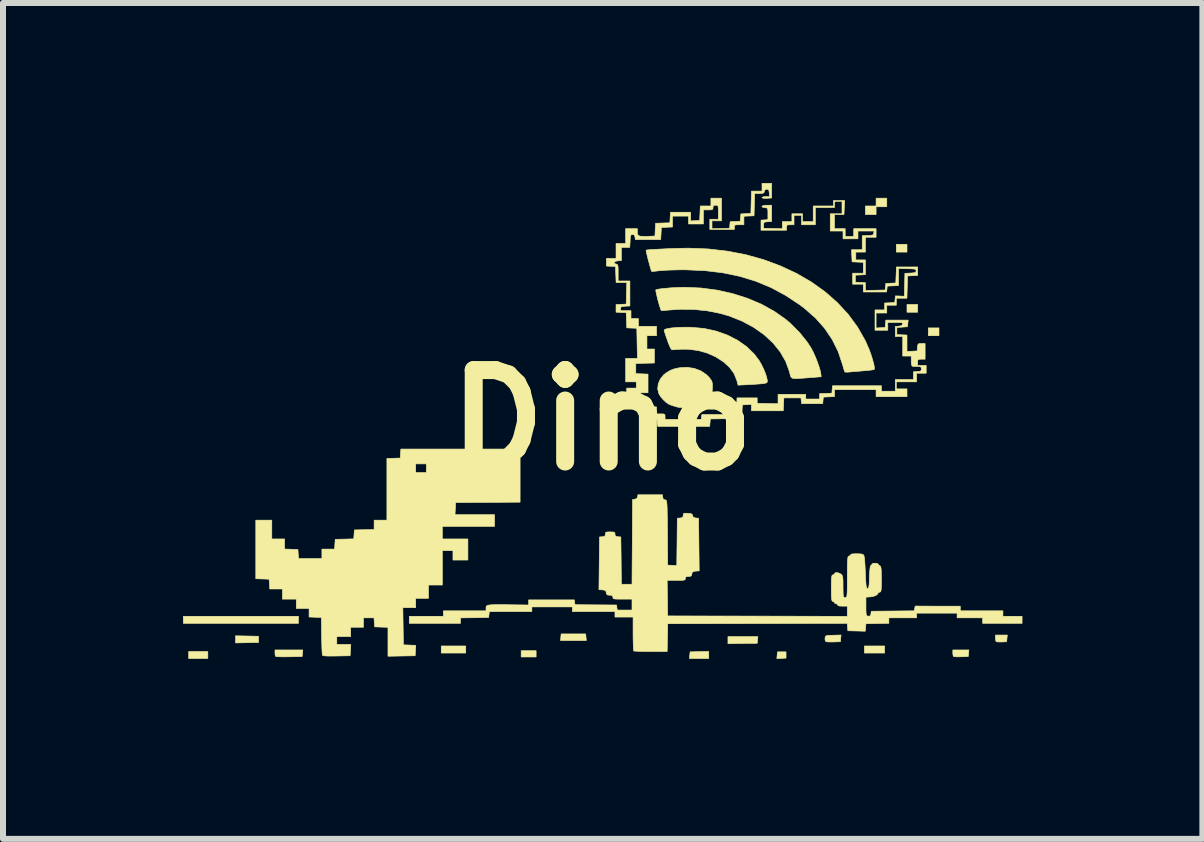
<source format=kicad_pcb>
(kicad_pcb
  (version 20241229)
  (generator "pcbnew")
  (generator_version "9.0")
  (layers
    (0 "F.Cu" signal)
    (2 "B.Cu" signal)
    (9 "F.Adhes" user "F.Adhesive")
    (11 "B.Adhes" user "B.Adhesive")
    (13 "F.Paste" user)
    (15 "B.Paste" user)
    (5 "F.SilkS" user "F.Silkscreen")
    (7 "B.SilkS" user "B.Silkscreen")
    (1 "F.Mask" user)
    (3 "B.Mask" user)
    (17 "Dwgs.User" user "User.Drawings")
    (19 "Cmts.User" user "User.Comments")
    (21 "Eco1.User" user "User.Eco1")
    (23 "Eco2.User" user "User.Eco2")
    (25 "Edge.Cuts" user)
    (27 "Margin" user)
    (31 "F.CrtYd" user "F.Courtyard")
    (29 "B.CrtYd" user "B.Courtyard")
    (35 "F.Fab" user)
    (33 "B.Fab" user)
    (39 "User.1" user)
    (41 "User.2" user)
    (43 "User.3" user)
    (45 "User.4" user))
  (footprint "Dino"
    (layer "F.Cu")
    (at 6.986 3.952)
    (property "Reference" "Dino" (at 0 0 0) (layer "F.SilkS") (effects (font (size 1.524 1.524) (thickness 0.3))))
    (attr through_hole)
    (fp_poly (pts (xy -6.572 3.973) (xy -6.892 3.973) (xy -6.892 3.856) (xy -6.572 3.856) (xy -6.572 3.973)) (stroke (width 0.01) (type solid)) (fill yes) (layer "F.SilkS"))
    (fp_poly (pts (xy -5.728 3.602) (xy -5.728 3.706) (xy -6.11 3.713) (xy -6.11 3.594) (xy -5.728 3.602)) (stroke (width 0.01) (type solid)) (fill yes) (layer "F.SilkS"))
    (fp_poly (pts (xy -5.062 3.387) (xy -6.981 3.387) (xy -6.981 3.269) (xy -5.062 3.269) (xy -5.062 3.387)) (stroke (width 0.01) (type solid)) (fill yes) (layer "F.SilkS"))
    (fp_poly (pts (xy -2.274 3.882) (xy -2.682 3.882) (xy -2.682 3.764) (xy -2.274 3.764) (xy -2.274 3.882)) (stroke (width 0.01) (type solid)) (fill yes) (layer "F.SilkS"))
    (fp_poly (pts (xy -1.101 3.947) (xy -1.35 3.947) (xy -1.35 3.843) (xy -1.101 3.843) (xy -1.101 3.947)) (stroke (width 0.01) (type solid)) (fill yes) (layer "F.SilkS"))
    (fp_poly (pts (xy 4.707 3.882) (xy 4.37 3.882) (xy 4.37 3.764) (xy 4.707 3.764) (xy 4.707 3.882)) (stroke (width 0.01) (type solid)) (fill yes) (layer "F.SilkS"))
    (fp_poly (pts (xy 5.08 -2.801) (xy 4.902 -2.801) (xy 4.902 -2.931) (xy 5.08 -2.931) (xy 5.08 -2.801)) (stroke (width 0.01) (type solid)) (fill yes) (layer "F.SilkS"))
    (fp_poly (pts (xy 5.258 -1.798) (xy 5.08 -1.798) (xy 5.08 -1.928) (xy 5.258 -1.928) (xy 5.258 -1.798)) (stroke (width 0.01) (type solid)) (fill yes) (layer "F.SilkS"))
    (fp_poly (pts (xy 5.613 -1.407) (xy 5.435 -1.407) (xy 5.435 -1.537) (xy 5.613 -1.537) (xy 5.613 -1.407)) (stroke (width 0.01) (type solid)) (fill yes) (layer "F.SilkS"))
    (fp_poly (pts (xy -0.264 3.673) (xy -0.695 3.673) (xy -0.689 3.618) (xy -0.684 3.563) (xy -0.275 3.563) (xy -0.264 3.673)) (stroke (width 0.01) (type solid)) (fill yes) (layer "F.SilkS"))
    (fp_poly (pts (xy 1.776 3.973) (xy 1.454 3.973) (xy 1.465 3.862) (xy 1.621 3.858) (xy 1.776 3.855) (xy 1.776 3.973)) (stroke (width 0.01) (type solid)) (fill yes) (layer "F.SilkS"))
    (fp_poly (pts (xy 2.584 3.719) (xy 2.34 3.722) (xy 2.096 3.726) (xy 2.096 3.608) (xy 2.595 3.608) (xy 2.584 3.719)) (stroke (width 0.01) (type solid)) (fill yes) (layer "F.SilkS"))
    (fp_poly (pts (xy 3.064 3.966) (xy 2.987 3.97) (xy 2.911 3.974) (xy 2.916 3.918) (xy 2.922 3.862) (xy 3.064 3.862) (xy 3.064 3.966)) (stroke (width 0.01) (type solid)) (fill yes) (layer "F.SilkS"))
    (fp_poly (pts (xy 4.743 -3.556) (xy 4.565 -3.556) (xy 4.565 -3.426) (xy 4.387 -3.426) (xy 4.387 -3.569) (xy 4.565 -3.569) (xy 4.565 -3.699) (xy 4.743 -3.699) (xy 4.743 -3.556)) (stroke (width 0.01) (type solid)) (fill yes) (layer "F.SilkS"))
    (fp_poly (pts (xy 6.101 3.94) (xy 5.985 3.944) (xy 5.924 3.945) (xy 5.877 3.943) (xy 5.856 3.939) (xy 5.848 3.921) (xy 5.844 3.888) (xy 5.844 3.879) (xy 5.844 3.83) (xy 6.112 3.83) (xy 6.101 3.94)) (stroke (width 0.01) (type solid)) (fill yes) (layer "F.SilkS"))
    (fp_poly (pts (xy 6.746 3.637) (xy 6.741 3.693) (xy 6.66 3.697) (xy 6.609 3.697) (xy 6.574 3.694) (xy 6.567 3.691) (xy 6.559 3.673) (xy 6.554 3.64) (xy 6.554 3.632) (xy 6.554 3.582) (xy 6.752 3.582) (xy 6.746 3.637)) (stroke (width 0.01) (type solid)) (fill yes) (layer "F.SilkS"))
    (fp_poly (pts (xy -4.995 3.885) (xy -5 3.94) (xy -5.214 3.944) (xy -5.298 3.945) (xy -5.369 3.944) (xy -5.419 3.942) (xy -5.441 3.939) (xy -5.441 3.938) (xy -5.449 3.921) (xy -5.453 3.888) (xy -5.453 3.879) (xy -5.453 3.83) (xy -4.989 3.83) (xy -4.995 3.885)) (stroke (width 0.01) (type solid)) (fill yes) (layer "F.SilkS"))
    (fp_poly (pts (xy 3.975 3.637) (xy 3.97 3.693) (xy 3.85 3.697) (xy 3.781 3.697) (xy 3.741 3.694) (xy 3.722 3.685) (xy 3.72 3.681) (xy 3.714 3.655) (xy 3.715 3.625) (xy 3.72 3.606) (xy 3.731 3.595) (xy 3.757 3.589) (xy 3.806 3.586) (xy 3.851 3.585) (xy 3.981 3.581) (xy 3.975 3.637)) (stroke (width 0.01) (type solid)) (fill yes) (layer "F.SilkS"))
    (fp_poly (pts (xy 1.535 -0.862) (xy 1.642 -0.822) (xy 1.735 -0.76) (xy 1.785 -0.71) (xy 1.813 -0.673) (xy 1.83 -0.64) (xy 1.837 -0.601) (xy 1.838 -0.548) (xy 1.831 -0.468) (xy 1.806 -0.404) (xy 1.76 -0.347) (xy 1.708 -0.304) (xy 1.611 -0.249) (xy 1.501 -0.215) (xy 1.385 -0.203) (xy 1.272 -0.214) (xy 1.25 -0.219) (xy 1.188 -0.237) (xy 1.134 -0.256) (xy 1.113 -0.264) (xy 1.067 -0.295) (xy 1.017 -0.341) (xy 0.973 -0.394) (xy 0.944 -0.442) (xy 0.925 -0.52) (xy 0.934 -0.603) (xy 0.968 -0.683) (xy 1.024 -0.754) (xy 1.065 -0.786) (xy 1.126 -0.824) (xy 1.178 -0.847) (xy 1.237 -0.863) (xy 1.295 -0.874) (xy 1.417 -0.88) (xy 1.535 -0.862)) (stroke (width 0.01) (type solid)) (fill yes) (layer "F.SilkS"))
    (fp_poly (pts (xy 1.467 -1.548) (xy 1.486 -1.547) (xy 1.698 -1.528) (xy 1.899 -1.484) (xy 2.086 -1.418) (xy 2.256 -1.331) (xy 2.407 -1.225) (xy 2.534 -1.101) (xy 2.614 -0.996) (xy 2.652 -0.931) (xy 2.688 -0.857) (xy 2.719 -0.783) (xy 2.741 -0.716) (xy 2.752 -0.663) (xy 2.753 -0.651) (xy 2.751 -0.636) (xy 2.743 -0.625) (xy 2.723 -0.616) (xy 2.686 -0.609) (xy 2.629 -0.604) (xy 2.546 -0.598) (xy 2.433 -0.592) (xy 2.425 -0.591) (xy 2.265 -0.583) (xy 2.243 -0.665) (xy 2.197 -0.778) (xy 2.12 -0.882) (xy 2.018 -0.974) (xy 1.895 -1.053) (xy 1.756 -1.116) (xy 1.604 -1.159) (xy 1.445 -1.181) (xy 1.335 -1.182) (xy 1.266 -1.179) (xy 1.209 -1.175) (xy 1.175 -1.172) (xy 1.173 -1.171) (xy 1.159 -1.175) (xy 1.144 -1.194) (xy 1.125 -1.231) (xy 1.102 -1.288) (xy 1.09 -1.322) (xy 1.068 -1.384) (xy 1.05 -1.438) (xy 1.037 -1.478) (xy 1.032 -1.499) (xy 1.032 -1.499) (xy 1.047 -1.514) (xy 1.093 -1.527) (xy 1.163 -1.537) (xy 1.253 -1.545) (xy 1.356 -1.548) (xy 1.467 -1.548)) (stroke (width 0.01) (type solid)) (fill yes) (layer "F.SilkS"))
    (fp_poly (pts (xy 1.647 -2.202) (xy 1.914 -2.167) (xy 2.174 -2.109) (xy 2.422 -2.03) (xy 2.656 -1.931) (xy 2.869 -1.813) (xy 3.06 -1.678) (xy 3.141 -1.609) (xy 3.292 -1.457) (xy 3.418 -1.3) (xy 3.482 -1.201) (xy 3.516 -1.136) (xy 3.552 -1.057) (xy 3.585 -0.974) (xy 3.614 -0.892) (xy 3.635 -0.82) (xy 3.645 -0.769) (xy 3.65 -0.723) (xy 3.446 -0.707) (xy 3.338 -0.699) (xy 3.26 -0.694) (xy 3.206 -0.693) (xy 3.172 -0.698) (xy 3.152 -0.712) (xy 3.139 -0.735) (xy 3.13 -0.77) (xy 3.121 -0.808) (xy 3.059 -0.978) (xy 2.966 -1.139) (xy 2.844 -1.29) (xy 2.695 -1.427) (xy 2.522 -1.548) (xy 2.328 -1.652) (xy 2.116 -1.736) (xy 1.963 -1.78) (xy 1.751 -1.822) (xy 1.526 -1.845) (xy 1.3 -1.848) (xy 1.117 -1.835) (xy 1.054 -1.829) (xy 1.007 -1.826) (xy 0.985 -1.826) (xy 0.985 -1.826) (xy 0.977 -1.842) (xy 0.965 -1.877) (xy 0.95 -1.925) (xy 0.934 -1.981) (xy 0.919 -2.039) (xy 0.907 -2.093) (xy 0.897 -2.136) (xy 0.893 -2.164) (xy 0.894 -2.171) (xy 0.922 -2.18) (xy 0.979 -2.189) (xy 1.056 -2.197) (xy 1.146 -2.205) (xy 1.243 -2.21) (xy 1.338 -2.213) (xy 1.377 -2.214) (xy 1.647 -2.202)) (stroke (width 0.01) (type solid)) (fill yes) (layer "F.SilkS"))
    (fp_poly (pts (xy 1.77 -2.853) (xy 2.09 -2.816) (xy 2.399 -2.756) (xy 2.695 -2.673) (xy 2.977 -2.568) (xy 3.242 -2.444) (xy 3.489 -2.3) (xy 3.716 -2.138) (xy 3.92 -1.958) (xy 4.101 -1.762) (xy 4.256 -1.551) (xy 4.384 -1.326) (xy 4.449 -1.179) (xy 4.475 -1.108) (xy 4.498 -1.037) (xy 4.517 -0.97) (xy 4.531 -0.913) (xy 4.537 -0.87) (xy 4.536 -0.847) (xy 4.534 -0.845) (xy 4.511 -0.839) (xy 4.461 -0.832) (xy 4.393 -0.825) (xy 4.343 -0.821) (xy 4.26 -0.814) (xy 4.185 -0.808) (xy 4.128 -0.803) (xy 4.109 -0.801) (xy 4.068 -0.799) (xy 4.045 -0.803) (xy 4.044 -0.804) (xy 4.037 -0.821) (xy 4.026 -0.856) (xy 4.012 -0.904) (xy 4.006 -0.925) (xy 3.933 -1.143) (xy 3.834 -1.343) (xy 3.709 -1.529) (xy 3.555 -1.702) (xy 3.372 -1.863) (xy 3.294 -1.922) (xy 3.06 -2.077) (xy 2.817 -2.208) (xy 2.563 -2.314) (xy 2.295 -2.396) (xy 2.014 -2.455) (xy 1.716 -2.491) (xy 1.4 -2.505) (xy 1.341 -2.506) (xy 1.234 -2.504) (xy 1.129 -2.501) (xy 1.036 -2.497) (xy 0.966 -2.492) (xy 0.944 -2.489) (xy 0.885 -2.482) (xy 0.842 -2.478) (xy 0.824 -2.479) (xy 0.818 -2.493) (xy 0.807 -2.526) (xy 0.794 -2.574) (xy 0.779 -2.63) (xy 0.763 -2.688) (xy 0.75 -2.743) (xy 0.739 -2.79) (xy 0.733 -2.822) (xy 0.732 -2.833) (xy 0.754 -2.837) (xy 0.805 -2.842) (xy 0.88 -2.846) (xy 0.971 -2.851) (xy 1.072 -2.856) (xy 1.177 -2.86) (xy 1.28 -2.863) (xy 1.374 -2.865) (xy 1.441 -2.866) (xy 1.77 -2.853)) (stroke (width 0.01) (type solid)) (fill yes) (layer "F.SilkS"))
    (fp_poly (pts (xy -1.581 0.638) (xy -1.368 0.638) (xy -1.368 1.367) (xy -1.905 1.371) (xy -2.442 1.374) (xy -2.453 1.576) (xy -1.794 1.576) (xy -1.794 1.771) (xy -2.664 1.771) (xy -2.664 1.98) (xy -2.238 1.98) (xy -2.238 2.332) (xy -2.487 2.332) (xy -2.487 2.175) (xy -2.664 2.175) (xy -2.664 2.748) (xy -2.895 2.748) (xy -2.895 2.97) (xy -3.108 2.97) (xy -3.108 3.126) (xy -3.322 3.126) (xy -3.313 3.745) (xy -3.107 3.753) (xy -3.112 3.84) (xy -3.117 3.927) (xy -3.344 3.931) (xy -3.57 3.935) (xy -3.57 3.453) (xy -3.792 3.445) (xy -3.798 3.37) (xy -3.803 3.295) (xy -3.979 3.295) (xy -3.979 3.452) (xy -4.192 3.452) (xy -4.192 3.608) (xy -4.423 3.608) (xy -4.423 3.738) (xy -4.19 3.738) (xy -4.201 3.927) (xy -4.428 3.931) (xy -4.528 3.932) (xy -4.597 3.931) (xy -4.639 3.927) (xy -4.66 3.921) (xy -4.663 3.918) (xy -4.665 3.901) (xy -4.668 3.861) (xy -4.671 3.803) (xy -4.673 3.731) (xy -4.675 3.648) (xy -4.676 3.595) (xy -4.68 3.289) (xy -4.782 3.285) (xy -4.885 3.281) (xy -4.885 3.139) (xy -5.098 3.139) (xy -5.098 2.983) (xy -5.329 2.983) (xy -5.329 2.814) (xy -5.54 2.814) (xy -5.545 2.732) (xy -5.551 2.651) (xy -5.773 2.643) (xy -5.773 1.667) (xy -5.506 1.667) (xy -5.506 1.98) (xy -5.293 1.98) (xy -5.293 2.148) (xy -5.071 2.156) (xy -5.066 2.231) (xy -5.06 2.306) (xy -4.671 2.306) (xy -4.671 2.149) (xy -4.46 2.149) (xy -4.449 1.986) (xy -4.295 1.983) (xy -4.14 1.979) (xy -4.135 1.905) (xy -4.13 1.83) (xy -3.965 1.826) (xy -3.801 1.823) (xy -3.801 1.667) (xy -3.588 1.667) (xy -3.588 0.729) (xy -3.108 0.729) (xy -3.108 0.873) (xy -2.931 0.873) (xy -2.931 0.729) (xy -3.108 0.729) (xy -3.588 0.729) (xy -3.588 0.639) (xy -3.366 0.632) (xy -3.361 0.557) (xy -3.355 0.482) (xy -1.581 0.482) (xy -1.581 0.638)) (stroke (width 0.01) (type solid)) (fill yes) (layer "F.SilkS"))
    (fp_poly (pts (xy 1.009 1.286) (xy 1.019 1.317) (xy 1.042 1.328) (xy 1.049 1.329) (xy 1.057 1.329) (xy 1.064 1.333) (xy 1.07 1.343) (xy 1.074 1.36) (xy 1.078 1.388) (xy 1.081 1.428) (xy 1.083 1.483) (xy 1.084 1.554) (xy 1.086 1.646) (xy 1.087 1.759) (xy 1.088 1.872) (xy 1.092 2.416) (xy 1.168 2.42) (xy 1.243 2.424) (xy 1.248 2.029) (xy 1.252 1.635) (xy 1.301 1.631) (xy 1.336 1.623) (xy 1.349 1.604) (xy 1.35 1.588) (xy 1.352 1.563) (xy 1.365 1.553) (xy 1.399 1.551) (xy 1.425 1.553) (xy 1.474 1.557) (xy 1.497 1.567) (xy 1.506 1.588) (xy 1.506 1.592) (xy 1.52 1.619) (xy 1.555 1.63) (xy 1.56 1.631) (xy 1.607 1.635) (xy 1.612 2.073) (xy 1.617 2.512) (xy 1.559 2.516) (xy 1.518 2.523) (xy 1.5 2.539) (xy 1.495 2.563) (xy 1.487 2.592) (xy 1.467 2.604) (xy 1.438 2.605) (xy 1.4 2.609) (xy 1.387 2.624) (xy 1.385 2.638) (xy 1.384 2.653) (xy 1.375 2.663) (xy 1.352 2.668) (xy 1.307 2.67) (xy 1.234 2.67) (xy 1.083 2.67) (xy 1.092 3.263) (xy 2.589 3.266) (xy 4.085 3.27) (xy 4.085 3.1) (xy 4.005 3.1) (xy 3.953 3.098) (xy 3.929 3.089) (xy 3.925 3.081) (xy 3.911 3.063) (xy 3.899 3.061) (xy 3.875 3.051) (xy 3.872 3.041) (xy 3.858 3.024) (xy 3.846 3.022) (xy 3.836 3.019) (xy 3.829 3.006) (xy 3.824 2.981) (xy 3.821 2.941) (xy 3.819 2.881) (xy 3.819 2.801) (xy 3.819 2.718) (xy 3.821 2.659) (xy 3.824 2.619) (xy 3.829 2.594) (xy 3.836 2.582) (xy 3.846 2.579) (xy 3.869 2.569) (xy 3.872 2.56) (xy 3.885 2.544) (xy 3.916 2.541) (xy 3.955 2.552) (xy 3.979 2.566) (xy 3.993 2.579) (xy 4.003 2.595) (xy 4.009 2.621) (xy 4.013 2.659) (xy 4.014 2.715) (xy 4.014 2.774) (xy 4.015 2.847) (xy 4.016 2.897) (xy 4.019 2.929) (xy 4.025 2.947) (xy 4.034 2.955) (xy 4.047 2.957) (xy 4.05 2.957) (xy 4.06 2.956) (xy 4.069 2.952) (xy 4.075 2.941) (xy 4.079 2.92) (xy 4.082 2.887) (xy 4.084 2.839) (xy 4.085 2.773) (xy 4.085 2.686) (xy 4.085 2.612) (xy 4.086 2.507) (xy 4.086 2.425) (xy 4.088 2.364) (xy 4.091 2.32) (xy 4.095 2.291) (xy 4.1 2.275) (xy 4.107 2.267) (xy 4.112 2.266) (xy 4.136 2.256) (xy 4.139 2.247) (xy 4.147 2.235) (xy 4.176 2.229) (xy 4.233 2.227) (xy 4.243 2.227) (xy 4.303 2.229) (xy 4.337 2.234) (xy 4.355 2.245) (xy 4.362 2.257) (xy 4.367 2.278) (xy 4.373 2.322) (xy 4.378 2.382) (xy 4.382 2.455) (xy 4.386 2.536) (xy 4.387 2.547) (xy 4.39 2.637) (xy 4.394 2.704) (xy 4.398 2.751) (xy 4.404 2.782) (xy 4.41 2.8) (xy 4.419 2.806) (xy 4.423 2.807) (xy 4.433 2.803) (xy 4.441 2.789) (xy 4.447 2.762) (xy 4.451 2.717) (xy 4.453 2.652) (xy 4.454 2.615) (xy 4.457 2.541) (xy 4.462 2.483) (xy 4.468 2.442) (xy 4.475 2.424) (xy 4.477 2.423) (xy 4.492 2.412) (xy 4.494 2.403) (xy 4.51 2.388) (xy 4.547 2.384) (xy 4.588 2.389) (xy 4.6 2.402) (xy 4.615 2.422) (xy 4.627 2.427) (xy 4.637 2.434) (xy 4.644 2.45) (xy 4.649 2.479) (xy 4.652 2.524) (xy 4.653 2.589) (xy 4.654 2.65) (xy 4.653 2.731) (xy 4.652 2.789) (xy 4.649 2.828) (xy 4.644 2.852) (xy 4.636 2.863) (xy 4.627 2.866) (xy 4.603 2.875) (xy 4.6 2.882) (xy 4.584 2.908) (xy 4.543 2.93) (xy 4.485 2.944) (xy 4.464 2.946) (xy 4.396 2.95) (xy 4.396 3.107) (xy 4.396 3.173) (xy 4.398 3.217) (xy 4.402 3.244) (xy 4.41 3.259) (xy 4.422 3.265) (xy 4.435 3.267) (xy 4.462 3.265) (xy 4.475 3.248) (xy 4.479 3.228) (xy 4.485 3.185) (xy 5.202 3.178) (xy 5.208 3.136) (xy 5.215 3.108) (xy 5.225 3.097) (xy 5.227 3.097) (xy 5.248 3.098) (xy 5.299 3.099) (xy 5.374 3.099) (xy 5.469 3.1) (xy 5.577 3.1) (xy 5.604 3.1) (xy 5.968 3.1) (xy 5.968 3.178) (xy 6.679 3.178) (xy 6.679 3.269) (xy 6.998 3.269) (xy 6.998 3.387) (xy 6.341 3.387) (xy 6.341 3.295) (xy 5.915 3.295) (xy 5.915 3.217) (xy 5.24 3.217) (xy 5.24 3.295) (xy 4.778 3.295) (xy 4.778 3.386) (xy 4.396 3.393) (xy 4.391 3.456) (xy 4.385 3.518) (xy 4.24 3.514) (xy 4.094 3.51) (xy 4.089 3.448) (xy 4.083 3.387) (xy 2.588 3.39) (xy 1.092 3.393) (xy 1.088 3.624) (xy 1.083 3.856) (xy 0.811 3.856) (xy 0.716 3.855) (xy 0.634 3.854) (xy 0.571 3.851) (xy 0.534 3.849) (xy 0.527 3.847) (xy 0.523 3.832) (xy 0.52 3.795) (xy 0.518 3.739) (xy 0.516 3.67) (xy 0.515 3.59) (xy 0.515 3.56) (xy 0.515 3.282) (xy 0.213 3.282) (xy 0.213 3.191) (xy -0.497 3.191) (xy -0.497 3.113) (xy -1.172 3.113) (xy -1.172 3.191) (xy -1.881 3.191) (xy -1.886 3.24) (xy -1.892 3.289) (xy -2.127 3.293) (xy -2.362 3.296) (xy -2.362 3.387) (xy -3.215 3.387) (xy -3.215 3.269) (xy -2.647 3.269) (xy -2.647 3.178) (xy -1.936 3.178) (xy -1.936 3.133) (xy -1.935 3.113) (xy -1.929 3.098) (xy -1.913 3.088) (xy -1.883 3.081) (xy -1.835 3.077) (xy -1.764 3.075) (xy -1.667 3.075) (xy -1.541 3.077) (xy -1.226 3.081) (xy -1.226 2.996) (xy -0.464 2.996) (xy -0.459 3.036) (xy -0.453 3.076) (xy 0.24 3.081) (xy 0.245 3.123) (xy 0.251 3.165) (xy 0.497 3.165) (xy 0.497 2.983) (xy 0.337 2.983) (xy 0.262 2.983) (xy 0.215 2.981) (xy 0.19 2.976) (xy 0.18 2.968) (xy 0.178 2.953) (xy 0.178 2.95) (xy 0.172 2.927) (xy 0.147 2.918) (xy 0.125 2.918) (xy 0.089 2.914) (xy 0.073 2.899) (xy 0.068 2.875) (xy 0.059 2.846) (xy 0.036 2.833) (xy 0.004 2.829) (xy -0.054 2.825) (xy -0.049 2.386) (xy -0.044 1.947) (xy 0.004 1.943) (xy 0.04 1.936) (xy 0.052 1.916) (xy 0.053 1.901) (xy 0.056 1.877) (xy 0.069 1.866) (xy 0.104 1.863) (xy 0.133 1.863) (xy 0.182 1.864) (xy 0.206 1.87) (xy 0.213 1.887) (xy 0.213 1.901) (xy 0.219 1.929) (xy 0.243 1.941) (xy 0.262 1.943) (xy 0.311 1.947) (xy 0.316 2.341) (xy 0.32 2.735) (xy 0.497 2.735) (xy 0.502 2.029) (xy 0.506 1.322) (xy 0.545 1.318) (xy 0.578 1.305) (xy 0.59 1.279) (xy 0.595 1.244) (xy 1.004 1.244) (xy 1.009 1.286)) (stroke (width 0.01) (type solid)) (fill yes) (layer "F.SilkS"))
    (fp_poly (pts (xy 2.824 -3.702) (xy 2.744 -3.697) (xy 2.69 -3.697) (xy 2.666 -3.704) (xy 2.664 -3.709) (xy 2.681 -3.721) (xy 2.725 -3.725) (xy 2.727 -3.725) (xy 2.791 -3.725) (xy 2.785 -3.787) (xy 2.779 -3.825) (xy 2.768 -3.844) (xy 2.747 -3.849) (xy 2.744 -3.849) (xy 2.715 -3.84) (xy 2.703 -3.813) (xy 2.696 -3.791) (xy 2.678 -3.781) (xy 2.639 -3.778) (xy 2.619 -3.777) (xy 2.541 -3.777) (xy 2.536 -3.592) (xy 2.531 -3.406) (xy 2.447 -3.402) (xy 2.362 -3.398) (xy 2.362 -3.256) (xy 2.282 -3.256) (xy 2.233 -3.255) (xy 2.21 -3.249) (xy 2.203 -3.232) (xy 2.203 -3.217) (xy 2.203 -3.178) (xy 1.794 -3.178) (xy 1.794 -3.348) (xy 1.936 -3.348) (xy 1.936 -3.465) (xy 1.936 -3.52) (xy 1.933 -3.555) (xy 1.927 -3.573) (xy 1.915 -3.581) (xy 1.896 -3.582) (xy 1.892 -3.582) (xy 1.86 -3.578) (xy 1.848 -3.56) (xy 1.847 -3.543) (xy 1.845 -3.519) (xy 1.832 -3.508) (xy 1.797 -3.504) (xy 1.767 -3.504) (xy 1.687 -3.504) (xy 1.687 -3.269) (xy 1.439 -3.269) (xy 1.439 -3.4) (xy 1.172 -3.4) (xy 1.172 -3.219) (xy 1.079 -3.215) (xy 0.986 -3.211) (xy 0.981 -3.11) (xy 0.975 -3.009) (xy 0.553 -3.009) (xy 0.547 -3.051) (xy 0.538 -3.082) (xy 0.515 -3.093) (xy 0.506 -3.094) (xy 0.489 -3.091) (xy 0.477 -3.081) (xy 0.471 -3.057) (xy 0.467 -3.015) (xy 0.466 -2.986) (xy 0.46 -2.879) (xy 0.32 -2.879) (xy 0.32 -2.659) (xy 0.262 -2.655) (xy 0.22 -2.646) (xy 0.199 -2.629) (xy 0.203 -2.612) (xy 0.23 -2.602) (xy 0.246 -2.597) (xy 0.257 -2.586) (xy 0.263 -2.565) (xy 0.266 -2.528) (xy 0.266 -2.471) (xy 0.266 -2.457) (xy 0.266 -2.319) (xy 0.462 -2.319) (xy 0.462 -1.903) (xy 0.386 -1.899) (xy 0.338 -1.895) (xy 0.315 -1.885) (xy 0.306 -1.864) (xy 0.305 -1.859) (xy 0.304 -1.838) (xy 0.314 -1.828) (xy 0.345 -1.824) (xy 0.39 -1.824) (xy 0.48 -1.824) (xy 0.48 -1.693) (xy 0.604 -1.693) (xy 0.604 -1.563) (xy 0.906 -1.563) (xy 0.906 -1.407) (xy 0.746 -1.407) (xy 0.746 -1.185) (xy 0.87 -1.185) (xy 0.87 -0.952) (xy 0.715 -0.948) (xy 0.56 -0.944) (xy 0.56 -0.775) (xy 0.662 -0.771) (xy 0.764 -0.767) (xy 0.764 -0.456) (xy 0.693 -0.456) (xy 0.647 -0.455) (xy 0.627 -0.446) (xy 0.622 -0.424) (xy 0.622 -0.41) (xy 0.625 -0.38) (xy 0.64 -0.367) (xy 0.674 -0.365) (xy 0.705 -0.363) (xy 0.721 -0.354) (xy 0.728 -0.331) (xy 0.732 -0.296) (xy 0.737 -0.228) (xy 0.906 -0.22) (xy 0.906 -0.104) (xy 0.977 -0.104) (xy 1.022 -0.103) (xy 1.043 -0.094) (xy 1.048 -0.072) (xy 1.048 -0.059) (xy 1.048 -0.013) (xy 1.65 -0.013) (xy 1.661 -0.093) (xy 1.929 -0.093) (xy 2.024 -0.094) (xy 2.107 -0.096) (xy 2.171 -0.098) (xy 2.21 -0.101) (xy 2.217 -0.103) (xy 2.227 -0.119) (xy 2.234 -0.157) (xy 2.24 -0.21) (xy 2.242 -0.241) (xy 2.247 -0.371) (xy 2.583 -0.371) (xy 2.583 -0.326) (xy 2.584 -0.28) (xy 2.931 -0.273) (xy 2.931 -0.43) (xy 3.393 -0.43) (xy 3.393 -0.352) (xy 3.623 -0.352) (xy 3.623 -0.442) (xy 3.726 -0.445) (xy 3.828 -0.449) (xy 3.833 -0.511) (xy 3.839 -0.573) (xy 4.654 -0.573) (xy 4.654 -0.482) (xy 4.885 -0.482) (xy 4.885 -0.677) (xy 5.187 -0.677) (xy 5.187 -0.806) (xy 5.253 -0.81) (xy 5.297 -0.815) (xy 5.316 -0.826) (xy 5.32 -0.851) (xy 5.32 -0.853) (xy 5.316 -0.879) (xy 5.298 -0.891) (xy 5.258 -0.894) (xy 5.209 -0.895) (xy 5.175 -0.897) (xy 5.173 -0.897) (xy 5.16 -0.909) (xy 5.152 -0.945) (xy 5.151 -0.983) (xy 5.151 -1.068) (xy 5.009 -1.068) (xy 5.009 -1.394) (xy 4.885 -1.394) (xy 4.885 -1.561) (xy 4.942 -1.566) (xy 4.985 -1.573) (xy 5.004 -1.592) (xy 5.006 -1.599) (xy 5.007 -1.614) (xy 4.997 -1.623) (xy 4.969 -1.627) (xy 4.916 -1.628) (xy 4.886 -1.628) (xy 4.76 -1.628) (xy 4.76 -1.498) (xy 4.547 -1.498) (xy 4.547 -1.837) (xy 4.707 -1.837) (xy 4.707 -1.952) (xy 4.791 -1.956) (xy 4.876 -1.96) (xy 4.887 -2.071) (xy 4.961 -2.068) (xy 5.036 -2.065) (xy 5.041 -2.256) (xy 5.045 -2.447) (xy 5.138 -2.451) (xy 5.192 -2.455) (xy 5.22 -2.461) (xy 5.23 -2.474) (xy 5.231 -2.488) (xy 5.229 -2.504) (xy 5.22 -2.514) (xy 5.195 -2.519) (xy 5.148 -2.522) (xy 5.084 -2.524) (xy 4.938 -2.528) (xy 4.938 -2.242) (xy 4.751 -2.234) (xy 4.746 -2.185) (xy 4.74 -2.136) (xy 4.352 -2.136) (xy 4.352 -2.266) (xy 4.174 -2.266) (xy 4.174 -2.449) (xy 4.352 -2.449) (xy 4.352 -2.63) (xy 4.165 -2.638) (xy 4.16 -2.739) (xy 4.155 -2.84) (xy 4.334 -2.84) (xy 4.334 -3.073) (xy 4.427 -3.077) (xy 4.482 -3.08) (xy 4.511 -3.087) (xy 4.523 -3.101) (xy 4.526 -3.116) (xy 4.532 -3.152) (xy 4.263 -3.152) (xy 4.263 -3.022) (xy 4.014 -3.022) (xy 4.014 -3.152) (xy 3.801 -3.152) (xy 3.801 -3.439) (xy 3.997 -3.439) (xy 3.997 -3.647) (xy 3.934 -3.647) (xy 3.895 -3.646) (xy 3.877 -3.636) (xy 3.872 -3.61) (xy 3.872 -3.595) (xy 3.872 -3.543) (xy 3.552 -3.543) (xy 3.552 -3.256) (xy 3.322 -3.256) (xy 3.322 -3.413) (xy 3.197 -3.413) (xy 3.197 -3.256) (xy 3.135 -3.256) (xy 3.093 -3.254) (xy 3.076 -3.243) (xy 3.073 -3.214) (xy 3.073 -3.211) (xy 3.073 -3.165) (xy 2.647 -3.165) (xy 2.647 -3.333) (xy 2.762 -3.341) (xy 2.762 -3.439) (xy 2.762 -3.488) (xy 2.758 -3.518) (xy 2.749 -3.533) (xy 2.732 -3.539) (xy 2.713 -3.541) (xy 2.672 -3.549) (xy 2.661 -3.561) (xy 2.678 -3.573) (xy 2.719 -3.581) (xy 2.744 -3.582) (xy 2.824 -3.582) (xy 2.824 -3.31) (xy 2.758 -3.306) (xy 2.715 -3.302) (xy 2.696 -3.291) (xy 2.691 -3.265) (xy 2.691 -3.25) (xy 2.691 -3.198) (xy 2.846 -3.194) (xy 3.002 -3.19) (xy 3.002 -3.309) (xy 3.162 -3.309) (xy 3.162 -3.439) (xy 3.339 -3.439) (xy 3.339 -3.309) (xy 3.517 -3.309) (xy 3.517 -3.569) (xy 3.854 -3.569) (xy 3.854 -3.66) (xy 4.041 -3.66) (xy 4.035 -3.543) (xy 4.03 -3.426) (xy 3.872 -3.426) (xy 3.872 -3.191) (xy 4.05 -3.191) (xy 4.05 -3.061) (xy 4.192 -3.061) (xy 4.192 -3.191) (xy 4.565 -3.191) (xy 4.565 -3.048) (xy 4.387 -3.048) (xy 4.387 -2.801) (xy 4.227 -2.801) (xy 4.227 -2.67) (xy 4.387 -2.67) (xy 4.387 -2.424) (xy 4.303 -2.42) (xy 4.219 -2.416) (xy 4.219 -2.299) (xy 4.303 -2.295) (xy 4.387 -2.291) (xy 4.387 -2.161) (xy 4.716 -2.169) (xy 4.721 -2.223) (xy 4.727 -2.278) (xy 4.893 -2.286) (xy 4.899 -2.42) (xy 4.904 -2.553) (xy 5.258 -2.553) (xy 5.258 -2.411) (xy 5.173 -2.407) (xy 5.089 -2.403) (xy 5.084 -2.218) (xy 5.079 -2.032) (xy 4.902 -2.032) (xy 4.902 -1.915) (xy 4.743 -1.915) (xy 4.743 -1.785) (xy 4.565 -1.785) (xy 4.565 -1.536) (xy 4.64 -1.54) (xy 4.716 -1.544) (xy 4.721 -1.605) (xy 4.727 -1.667) (xy 5.1 -1.667) (xy 5.094 -1.612) (xy 5.089 -1.557) (xy 5 -1.55) (xy 4.911 -1.544) (xy 4.911 -1.426) (xy 4.996 -1.422) (xy 5.08 -1.418) (xy 5.08 -1.145) (xy 5.249 -1.153) (xy 5.254 -1.215) (xy 5.259 -1.252) (xy 5.269 -1.27) (xy 5.292 -1.276) (xy 5.321 -1.277) (xy 5.382 -1.277) (xy 5.382 -1.016) (xy 5.32 -1.016) (xy 5.28 -1.014) (xy 5.262 -1.005) (xy 5.258 -0.979) (xy 5.258 -0.964) (xy 5.258 -0.912) (xy 5.4 -0.912) (xy 5.4 -0.782) (xy 5.24 -0.782) (xy 5.24 -0.638) (xy 4.902 -0.638) (xy 4.902 -0.521) (xy 5.08 -0.521) (xy 5.08 -0.391) (xy 4.565 -0.391) (xy 4.565 -0.508) (xy 3.872 -0.508) (xy 3.872 -0.392) (xy 3.779 -0.388) (xy 3.686 -0.384) (xy 3.675 -0.274) (xy 3.324 -0.274) (xy 3.318 -0.322) (xy 3.313 -0.371) (xy 3.028 -0.371) (xy 3.023 -0.264) (xy 3.018 -0.156) (xy 2.487 -0.156) (xy 2.487 -0.262) (xy 2.411 -0.258) (xy 2.336 -0.254) (xy 2.331 -0.14) (xy 2.325 -0.027) (xy 1.803 -0.02) (xy 1.797 0.042) (xy 1.792 0.104) (xy 0.926 0.104) (xy 0.92 0.049) (xy 0.915 -0.007) (xy 0.748 -0.014) (xy 0.742 -0.082) (xy 0.737 -0.15) (xy 0.663 -0.154) (xy 0.616 -0.158) (xy 0.593 -0.168) (xy 0.585 -0.192) (xy 0.583 -0.212) (xy 0.577 -0.267) (xy 0.493 -0.271) (xy 0.409 -0.275) (xy 0.409 -0.534) (xy 0.568 -0.534) (xy 0.568 -0.638) (xy 0.391 -0.638) (xy 0.391 -1.029) (xy 0.587 -1.029) (xy 0.577 -1.531) (xy 0.494 -1.534) (xy 0.41 -1.538) (xy 0.405 -1.665) (xy 0.4 -1.791) (xy 0.315 -1.795) (xy 0.231 -1.799) (xy 0.231 -1.926) (xy 0.315 -1.93) (xy 0.4 -1.934) (xy 0.405 -2.113) (xy 0.41 -2.293) (xy 0.232 -2.293) (xy 0.227 -2.426) (xy 0.222 -2.56) (xy 0.147 -2.564) (xy 0.071 -2.568) (xy 0.071 -2.696) (xy 0.231 -2.696) (xy 0.231 -2.944) (xy 0.391 -2.944) (xy 0.391 -3.191) (xy 0.586 -3.191) (xy 0.586 -3.133) (xy 0.589 -3.099) (xy 0.603 -3.077) (xy 0.634 -3.066) (xy 0.687 -3.062) (xy 0.769 -3.063) (xy 0.773 -3.064) (xy 0.879 -3.068) (xy 0.884 -3.174) (xy 0.89 -3.281) (xy 1.009 -3.285) (xy 1.128 -3.289) (xy 1.138 -3.465) (xy 1.474 -3.465) (xy 1.474 -3.32) (xy 1.55 -3.324) (xy 1.625 -3.328) (xy 1.635 -3.569) (xy 1.812 -3.569) (xy 1.812 -3.699) (xy 1.989 -3.699) (xy 1.989 -3.322) (xy 1.83 -3.322) (xy 1.83 -3.19) (xy 1.976 -3.194) (xy 2.123 -3.198) (xy 2.128 -3.252) (xy 2.133 -3.307) (xy 2.217 -3.311) (xy 2.3 -3.315) (xy 2.306 -3.376) (xy 2.311 -3.437) (xy 2.478 -3.445) (xy 2.483 -3.631) (xy 2.488 -3.817) (xy 2.664 -3.817) (xy 2.664 -3.947) (xy 2.824 -3.947) (xy 2.824 -3.702)) (stroke (width 0.01) (type solid)) (fill yes) (layer "F.SilkS")))
  (gr_rect
    (start -3 -3)
    (end 16.989 10.931)
    (stroke (width 0.1) (type default))
    (fill no)
    (layer "Edge.Cuts")))
</source>
